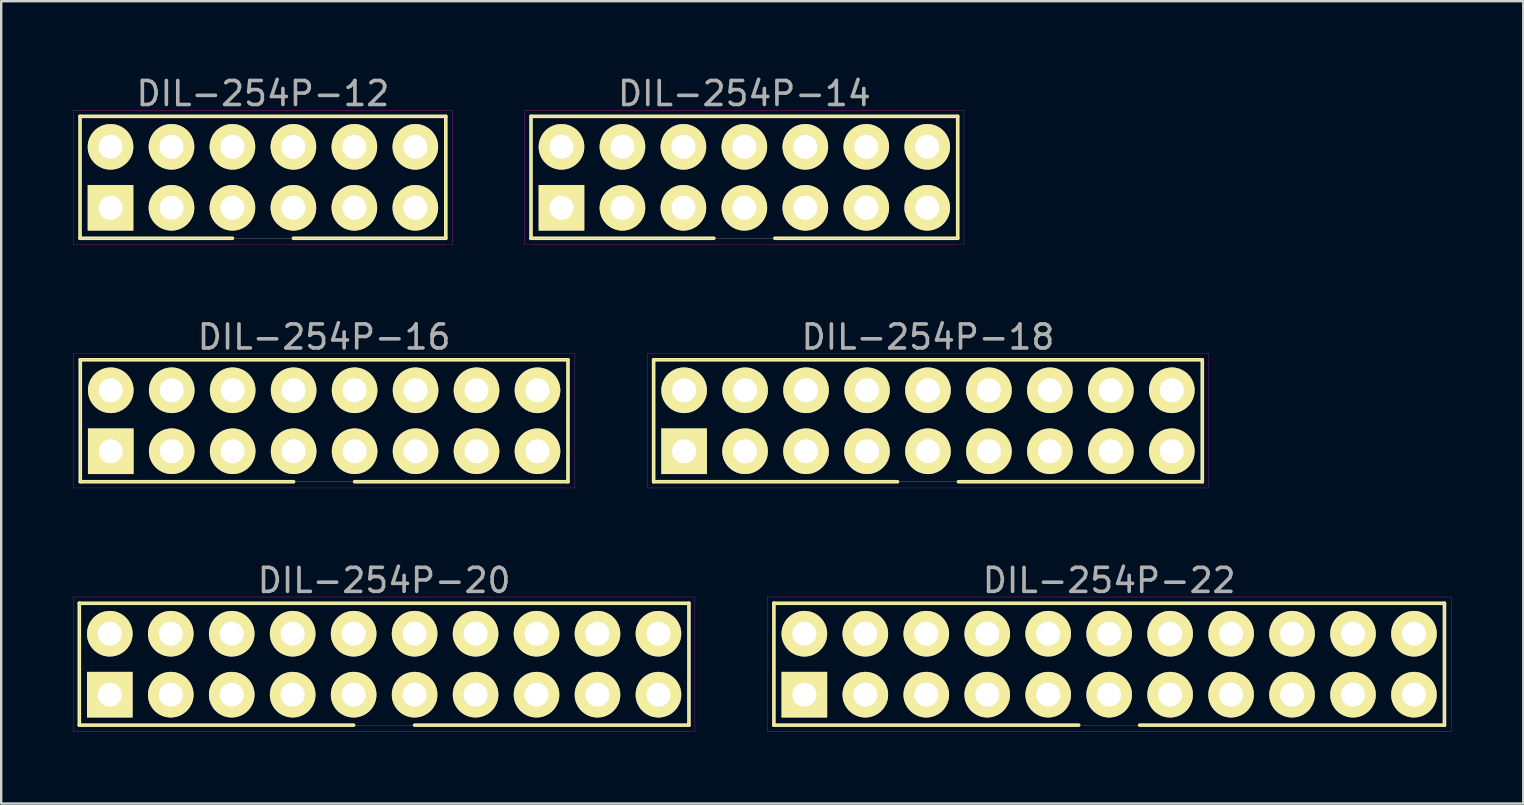
<source format=kicad_pcb>
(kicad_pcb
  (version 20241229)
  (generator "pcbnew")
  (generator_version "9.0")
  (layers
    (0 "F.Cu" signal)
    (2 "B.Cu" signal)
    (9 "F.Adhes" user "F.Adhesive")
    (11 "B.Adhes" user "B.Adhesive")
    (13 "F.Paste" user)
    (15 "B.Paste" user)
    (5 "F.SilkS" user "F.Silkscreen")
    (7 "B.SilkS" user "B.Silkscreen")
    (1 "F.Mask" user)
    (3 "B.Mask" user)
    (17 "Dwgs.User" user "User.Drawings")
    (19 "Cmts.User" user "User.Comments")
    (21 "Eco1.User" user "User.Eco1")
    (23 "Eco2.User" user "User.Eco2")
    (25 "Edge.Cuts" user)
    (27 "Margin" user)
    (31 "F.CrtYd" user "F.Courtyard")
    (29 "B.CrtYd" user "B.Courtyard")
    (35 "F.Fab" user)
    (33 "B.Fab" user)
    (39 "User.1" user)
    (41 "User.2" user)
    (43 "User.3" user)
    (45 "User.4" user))
  (footprint "DIL-254P-20"
    (layer "F.Cu")
    (at 12.955 24.625)
    (property "Reference" "DIL-254P-20" (at 0 -3.49 0) (layer "F.Fab") (effects (font (size 1 1) (thickness 0.15))))
    (attr through_hole)
    (fp_line (start -12.7 -2.54) (end 12.7 -2.54) (stroke (width 0.15) (type solid)) (layer "F.SilkS"))
    (fp_line (start -12.7 2.54) (end -12.7 -2.54) (stroke (width 0.15) (type solid)) (layer "F.SilkS"))
    (fp_line (start -1.27 2.54) (end -12.7 2.54) (stroke (width 0.15) (type solid)) (layer "F.SilkS"))
    (fp_line (start 12.7 -2.54) (end 12.7 2.54) (stroke (width 0.15) (type solid)) (layer "F.SilkS"))
    (fp_line (start 12.7 2.54) (end 1.27 2.54) (stroke (width 0.15) (type solid)) (layer "F.SilkS"))
    (fp_line (start -12.95 -2.8) (end 12.95 -2.8) (stroke (width 0.01) (type solid)) (layer "F.CrtYd"))
    (fp_line (start -12.95 2.8) (end -12.95 -2.8) (stroke (width 0.01) (type solid)) (layer "F.CrtYd"))
    (fp_line (start 12.95 -2.8) (end 12.95 2.8) (stroke (width 0.01) (type solid)) (layer "F.CrtYd"))
    (fp_line (start 12.95 2.8) (end -12.95 2.8) (stroke (width 0.01) (type solid)) (layer "F.CrtYd"))
    (fp_line (start -12.7 -2.54) (end 12.7 -2.54) (stroke (width 0.01) (type solid)) (layer "F.Fab"))
    (fp_line (start -12.7 2.54) (end -12.7 -2.54) (stroke (width 0.01) (type solid)) (layer "F.Fab"))
    (fp_line (start 12.7 -2.54) (end 12.7 2.54) (stroke (width 0.01) (type solid)) (layer "F.Fab"))
    (fp_line (start 12.7 2.54) (end -12.7 2.54) (stroke (width 0.01) (type solid)) (layer "F.Fab"))
    (pad "1" thru_hole rect (at -11.43 1.27) (size 1.9 1.9) (drill 1) (layers "*.Cu" "*.Mask" "F.SilkS"))
    (pad "2" thru_hole circle (at -11.43 -1.27) (size 1.9 1.9) (drill 1) (layers "*.Cu" "*.Mask" "F.SilkS"))
    (pad "3" thru_hole circle (at -8.89 1.27) (size 1.9 1.9) (drill 1) (layers "*.Cu" "*.Mask" "F.SilkS"))
    (pad "4" thru_hole circle (at -8.89 -1.27) (size 1.9 1.9) (drill 1) (layers "*.Cu" "*.Mask" "F.SilkS"))
    (pad "5" thru_hole circle (at -6.35 1.27) (size 1.9 1.9) (drill 1) (layers "*.Cu" "*.Mask" "F.SilkS"))
    (pad "6" thru_hole circle (at -6.35 -1.27) (size 1.9 1.9) (drill 1) (layers "*.Cu" "*.Mask" "F.SilkS"))
    (pad "7" thru_hole circle (at -3.81 1.27) (size 1.9 1.9) (drill 1) (layers "*.Cu" "*.Mask" "F.SilkS"))
    (pad "8" thru_hole circle (at -3.81 -1.27) (size 1.9 1.9) (drill 1) (layers "*.Cu" "*.Mask" "F.SilkS"))
    (pad "9" thru_hole circle (at -1.27 1.27) (size 1.9 1.9) (drill 1) (layers "*.Cu" "*.Mask" "F.SilkS"))
    (pad "10" thru_hole circle (at -1.27 -1.27) (size 1.9 1.9) (drill 1) (layers "*.Cu" "*.Mask" "F.SilkS"))
    (pad "11" thru_hole circle (at 1.27 1.27) (size 1.9 1.9) (drill 1) (layers "*.Cu" "*.Mask" "F.SilkS"))
    (pad "12" thru_hole circle (at 1.27 -1.27) (size 1.9 1.9) (drill 1) (layers "*.Cu" "*.Mask" "F.SilkS"))
    (pad "13" thru_hole circle (at 3.81 1.27) (size 1.9 1.9) (drill 1) (layers "*.Cu" "*.Mask" "F.SilkS"))
    (pad "14" thru_hole circle (at 3.81 -1.27) (size 1.9 1.9) (drill 1) (layers "*.Cu" "*.Mask" "F.SilkS"))
    (pad "15" thru_hole circle (at 6.35 1.27) (size 1.9 1.9) (drill 1) (layers "*.Cu" "*.Mask" "F.SilkS"))
    (pad "16" thru_hole circle (at 6.35 -1.27) (size 1.9 1.9) (drill 1) (layers "*.Cu" "*.Mask" "F.SilkS"))
    (pad "17" thru_hole circle (at 8.89 1.27) (size 1.9 1.9) (drill 1) (layers "*.Cu" "*.Mask" "F.SilkS"))
    (pad "18" thru_hole circle (at 8.89 -1.27) (size 1.9 1.9) (drill 1) (layers "*.Cu" "*.Mask" "F.SilkS"))
    (pad "19" thru_hole circle (at 11.43 1.27) (size 1.9 1.9) (drill 1) (layers "*.Cu" "*.Mask" "F.SilkS"))
    (pad "20" thru_hole circle (at 11.43 -1.27) (size 1.9 1.9) (drill 1) (layers "*.Cu" "*.Mask" "F.SilkS")))
  (footprint "DIL-254P-14"
    (layer "F.Cu")
    (at 27.965 4.338)
    (property "Reference" "DIL-254P-14" (at 0 -3.49 0) (layer "F.Fab") (effects (font (size 1 1) (thickness 0.15))))
    (attr through_hole)
    (fp_line (start -8.89 -2.54) (end 8.89 -2.54) (stroke (width 0.15) (type solid)) (layer "F.SilkS"))
    (fp_line (start -8.89 2.54) (end -8.89 -2.54) (stroke (width 0.15) (type solid)) (layer "F.SilkS"))
    (fp_line (start -1.27 2.54) (end -8.89 2.54) (stroke (width 0.15) (type solid)) (layer "F.SilkS"))
    (fp_line (start 8.89 -2.54) (end 8.89 2.54) (stroke (width 0.15) (type solid)) (layer "F.SilkS"))
    (fp_line (start 8.89 2.54) (end 1.27 2.54) (stroke (width 0.15) (type solid)) (layer "F.SilkS"))
    (fp_line (start -9.15 -2.8) (end 9.15 -2.8) (stroke (width 0.01) (type solid)) (layer "F.CrtYd"))
    (fp_line (start -9.15 2.8) (end -9.15 -2.8) (stroke (width 0.01) (type solid)) (layer "F.CrtYd"))
    (fp_line (start 9.15 -2.8) (end 9.15 2.8) (stroke (width 0.01) (type solid)) (layer "F.CrtYd"))
    (fp_line (start 9.15 2.8) (end -9.15 2.8) (stroke (width 0.01) (type solid)) (layer "F.CrtYd"))
    (fp_line (start -8.89 -2.54) (end 8.89 -2.54) (stroke (width 0.01) (type solid)) (layer "F.Fab"))
    (fp_line (start -8.89 2.54) (end -8.89 -2.54) (stroke (width 0.01) (type solid)) (layer "F.Fab"))
    (fp_line (start 8.89 -2.54) (end 8.89 2.54) (stroke (width 0.01) (type solid)) (layer "F.Fab"))
    (fp_line (start 8.89 2.54) (end -8.89 2.54) (stroke (width 0.01) (type solid)) (layer "F.Fab"))
    (pad "1" thru_hole rect (at -7.62 1.27) (size 1.9 1.9) (drill 1) (layers "*.Cu" "*.Mask" "F.SilkS"))
    (pad "2" thru_hole circle (at -7.62 -1.27) (size 1.9 1.9) (drill 1) (layers "*.Cu" "*.Mask" "F.SilkS"))
    (pad "3" thru_hole circle (at -5.08 1.27) (size 1.9 1.9) (drill 1) (layers "*.Cu" "*.Mask" "F.SilkS"))
    (pad "4" thru_hole circle (at -5.08 -1.27) (size 1.9 1.9) (drill 1) (layers "*.Cu" "*.Mask" "F.SilkS"))
    (pad "5" thru_hole circle (at -2.54 1.27) (size 1.9 1.9) (drill 1) (layers "*.Cu" "*.Mask" "F.SilkS"))
    (pad "6" thru_hole circle (at -2.54 -1.27) (size 1.9 1.9) (drill 1) (layers "*.Cu" "*.Mask" "F.SilkS"))
    (pad "7" thru_hole circle (at 0 1.27) (size 1.9 1.9) (drill 1) (layers "*.Cu" "*.Mask" "F.SilkS"))
    (pad "8" thru_hole circle (at 0 -1.27) (size 1.9 1.9) (drill 1) (layers "*.Cu" "*.Mask" "F.SilkS"))
    (pad "9" thru_hole circle (at 2.54 1.27) (size 1.9 1.9) (drill 1) (layers "*.Cu" "*.Mask" "F.SilkS"))
    (pad "10" thru_hole circle (at 2.54 -1.27) (size 1.9 1.9) (drill 1) (layers "*.Cu" "*.Mask" "F.SilkS"))
    (pad "11" thru_hole circle (at 5.08 1.27) (size 1.9 1.9) (drill 1) (layers "*.Cu" "*.Mask" "F.SilkS"))
    (pad "12" thru_hole circle (at 5.08 -1.27) (size 1.9 1.9) (drill 1) (layers "*.Cu" "*.Mask" "F.SilkS"))
    (pad "13" thru_hole circle (at 7.62 1.27) (size 1.9 1.9) (drill 1) (layers "*.Cu" "*.Mask" "F.SilkS"))
    (pad "14" thru_hole circle (at 7.62 -1.27) (size 1.9 1.9) (drill 1) (layers "*.Cu" "*.Mask" "F.SilkS")))
  (footprint "DIL-254P-16"
    (layer "F.Cu")
    (at 10.455 14.482)
    (property "Reference" "DIL-254P-16" (at 0 -3.49 0) (layer "F.Fab") (effects (font (size 1 1) (thickness 0.15))))
    (attr through_hole)
    (fp_line (start -10.16 -2.54) (end 10.16 -2.54) (stroke (width 0.15) (type solid)) (layer "F.SilkS"))
    (fp_line (start -10.16 2.54) (end -10.16 -2.54) (stroke (width 0.15) (type solid)) (layer "F.SilkS"))
    (fp_line (start -1.27 2.54) (end -10.16 2.54) (stroke (width 0.15) (type solid)) (layer "F.SilkS"))
    (fp_line (start 10.16 -2.54) (end 10.16 2.54) (stroke (width 0.15) (type solid)) (layer "F.SilkS"))
    (fp_line (start 10.16 2.54) (end 1.27 2.54) (stroke (width 0.15) (type solid)) (layer "F.SilkS"))
    (fp_line (start -10.45 -2.8) (end 10.45 -2.8) (stroke (width 0.01) (type solid)) (layer "F.CrtYd"))
    (fp_line (start -10.45 2.8) (end -10.45 -2.8) (stroke (width 0.01) (type solid)) (layer "F.CrtYd"))
    (fp_line (start 10.45 -2.8) (end 10.45 2.8) (stroke (width 0.01) (type solid)) (layer "F.CrtYd"))
    (fp_line (start 10.45 2.8) (end -10.45 2.8) (stroke (width 0.01) (type solid)) (layer "F.CrtYd"))
    (fp_line (start -10.16 -2.54) (end 10.16 -2.54) (stroke (width 0.01) (type solid)) (layer "F.Fab"))
    (fp_line (start -10.16 2.54) (end -10.16 -2.54) (stroke (width 0.01) (type solid)) (layer "F.Fab"))
    (fp_line (start 10.16 -2.54) (end 10.16 2.54) (stroke (width 0.01) (type solid)) (layer "F.Fab"))
    (fp_line (start 10.16 2.54) (end -10.16 2.54) (stroke (width 0.01) (type solid)) (layer "F.Fab"))
    (pad "1" thru_hole rect (at -8.89 1.27) (size 1.9 1.9) (drill 1) (layers "*.Cu" "*.Mask" "F.SilkS"))
    (pad "2" thru_hole circle (at -8.89 -1.27) (size 1.9 1.9) (drill 1) (layers "*.Cu" "*.Mask" "F.SilkS"))
    (pad "3" thru_hole circle (at -6.35 1.27) (size 1.9 1.9) (drill 1) (layers "*.Cu" "*.Mask" "F.SilkS"))
    (pad "4" thru_hole circle (at -6.35 -1.27) (size 1.9 1.9) (drill 1) (layers "*.Cu" "*.Mask" "F.SilkS"))
    (pad "5" thru_hole circle (at -3.81 1.27) (size 1.9 1.9) (drill 1) (layers "*.Cu" "*.Mask" "F.SilkS"))
    (pad "6" thru_hole circle (at -3.81 -1.27) (size 1.9 1.9) (drill 1) (layers "*.Cu" "*.Mask" "F.SilkS"))
    (pad "7" thru_hole circle (at -1.27 1.27) (size 1.9 1.9) (drill 1) (layers "*.Cu" "*.Mask" "F.SilkS"))
    (pad "8" thru_hole circle (at -1.27 -1.27) (size 1.9 1.9) (drill 1) (layers "*.Cu" "*.Mask" "F.SilkS"))
    (pad "9" thru_hole circle (at 1.27 1.27) (size 1.9 1.9) (drill 1) (layers "*.Cu" "*.Mask" "F.SilkS"))
    (pad "10" thru_hole circle (at 1.27 -1.27) (size 1.9 1.9) (drill 1) (layers "*.Cu" "*.Mask" "F.SilkS"))
    (pad "11" thru_hole circle (at 3.81 1.27) (size 1.9 1.9) (drill 1) (layers "*.Cu" "*.Mask" "F.SilkS"))
    (pad "12" thru_hole circle (at 3.81 -1.27) (size 1.9 1.9) (drill 1) (layers "*.Cu" "*.Mask" "F.SilkS"))
    (pad "13" thru_hole circle (at 6.35 1.27) (size 1.9 1.9) (drill 1) (layers "*.Cu" "*.Mask" "F.SilkS"))
    (pad "14" thru_hole circle (at 6.35 -1.27) (size 1.9 1.9) (drill 1) (layers "*.Cu" "*.Mask" "F.SilkS"))
    (pad "15" thru_hole circle (at 8.89 1.27) (size 1.9 1.9) (drill 1) (layers "*.Cu" "*.Mask" "F.SilkS"))
    (pad "16" thru_hole circle (at 8.89 -1.27) (size 1.9 1.9) (drill 1) (layers "*.Cu" "*.Mask" "F.SilkS")))
  (footprint "DIL-254P-22"
    (layer "F.Cu")
    (at 43.165 24.625)
    (property "Reference" "DIL-254P-22" (at 0 -3.49 0) (layer "F.Fab") (effects (font (size 1 1) (thickness 0.15))))
    (attr through_hole)
    (fp_line (start -13.97 -2.54) (end 13.97 -2.54) (stroke (width 0.15) (type solid)) (layer "F.SilkS"))
    (fp_line (start -13.97 2.54) (end -13.97 -2.54) (stroke (width 0.15) (type solid)) (layer "F.SilkS"))
    (fp_line (start -1.27 2.54) (end -13.97 2.54) (stroke (width 0.15) (type solid)) (layer "F.SilkS"))
    (fp_line (start 13.97 -2.54) (end 13.97 2.54) (stroke (width 0.15) (type solid)) (layer "F.SilkS"))
    (fp_line (start 13.97 2.54) (end 1.27 2.54) (stroke (width 0.15) (type solid)) (layer "F.SilkS"))
    (fp_line (start -14.25 -2.8) (end 14.25 -2.8) (stroke (width 0.01) (type solid)) (layer "F.CrtYd"))
    (fp_line (start -14.25 2.8) (end -14.25 -2.8) (stroke (width 0.01) (type solid)) (layer "F.CrtYd"))
    (fp_line (start 14.25 -2.8) (end 14.25 2.8) (stroke (width 0.01) (type solid)) (layer "F.CrtYd"))
    (fp_line (start 14.25 2.8) (end -14.25 2.8) (stroke (width 0.01) (type solid)) (layer "F.CrtYd"))
    (fp_line (start -13.97 -2.54) (end 13.97 -2.54) (stroke (width 0.01) (type solid)) (layer "F.Fab"))
    (fp_line (start -13.97 2.54) (end -13.97 -2.54) (stroke (width 0.01) (type solid)) (layer "F.Fab"))
    (fp_line (start 13.97 -2.54) (end 13.97 2.54) (stroke (width 0.01) (type solid)) (layer "F.Fab"))
    (fp_line (start 13.97 2.54) (end -13.97 2.54) (stroke (width 0.01) (type solid)) (layer "F.Fab"))
    (pad "1" thru_hole rect (at -12.7 1.27) (size 1.9 1.9) (drill 1) (layers "*.Cu" "*.Mask" "F.SilkS"))
    (pad "2" thru_hole circle (at -12.7 -1.27) (size 1.9 1.9) (drill 1) (layers "*.Cu" "*.Mask" "F.SilkS"))
    (pad "3" thru_hole circle (at -10.16 1.27) (size 1.9 1.9) (drill 1) (layers "*.Cu" "*.Mask" "F.SilkS"))
    (pad "4" thru_hole circle (at -10.16 -1.27) (size 1.9 1.9) (drill 1) (layers "*.Cu" "*.Mask" "F.SilkS"))
    (pad "5" thru_hole circle (at -7.62 1.27) (size 1.9 1.9) (drill 1) (layers "*.Cu" "*.Mask" "F.SilkS"))
    (pad "6" thru_hole circle (at -7.62 -1.27) (size 1.9 1.9) (drill 1) (layers "*.Cu" "*.Mask" "F.SilkS"))
    (pad "7" thru_hole circle (at -5.08 1.27) (size 1.9 1.9) (drill 1) (layers "*.Cu" "*.Mask" "F.SilkS"))
    (pad "8" thru_hole circle (at -5.08 -1.27) (size 1.9 1.9) (drill 1) (layers "*.Cu" "*.Mask" "F.SilkS"))
    (pad "9" thru_hole circle (at -2.54 1.27) (size 1.9 1.9) (drill 1) (layers "*.Cu" "*.Mask" "F.SilkS"))
    (pad "10" thru_hole circle (at -2.54 -1.27) (size 1.9 1.9) (drill 1) (layers "*.Cu" "*.Mask" "F.SilkS"))
    (pad "11" thru_hole circle (at 0 1.27) (size 1.9 1.9) (drill 1) (layers "*.Cu" "*.Mask" "F.SilkS"))
    (pad "12" thru_hole circle (at 0 -1.27) (size 1.9 1.9) (drill 1) (layers "*.Cu" "*.Mask" "F.SilkS"))
    (pad "13" thru_hole circle (at 2.54 1.27) (size 1.9 1.9) (drill 1) (layers "*.Cu" "*.Mask" "F.SilkS"))
    (pad "14" thru_hole circle (at 2.54 -1.27) (size 1.9 1.9) (drill 1) (layers "*.Cu" "*.Mask" "F.SilkS"))
    (pad "15" thru_hole circle (at 5.08 1.27) (size 1.9 1.9) (drill 1) (layers "*.Cu" "*.Mask" "F.SilkS"))
    (pad "16" thru_hole circle (at 5.08 -1.27) (size 1.9 1.9) (drill 1) (layers "*.Cu" "*.Mask" "F.SilkS"))
    (pad "17" thru_hole circle (at 7.62 1.27) (size 1.9 1.9) (drill 1) (layers "*.Cu" "*.Mask" "F.SilkS"))
    (pad "18" thru_hole circle (at 7.62 -1.27) (size 1.9 1.9) (drill 1) (layers "*.Cu" "*.Mask" "F.SilkS"))
    (pad "19" thru_hole circle (at 10.16 1.27) (size 1.9 1.9) (drill 1) (layers "*.Cu" "*.Mask" "F.SilkS"))
    (pad "20" thru_hole circle (at 10.16 -1.27) (size 1.9 1.9) (drill 1) (layers "*.Cu" "*.Mask" "F.SilkS"))
    (pad "21" thru_hole circle (at 12.7 1.27) (size 1.9 1.9) (drill 1) (layers "*.Cu" "*.Mask" "F.SilkS"))
    (pad "22" thru_hole circle (at 12.7 -1.27) (size 1.9 1.9) (drill 1) (layers "*.Cu" "*.Mask" "F.SilkS")))
  (footprint "DIL-254P-18"
    (layer "F.Cu")
    (at 35.615 14.482)
    (property "Reference" "DIL-254P-18" (at 0 -3.49 0) (layer "F.Fab") (effects (font (size 1 1) (thickness 0.15))))
    (attr through_hole)
    (fp_line (start -11.43 -2.54) (end 11.43 -2.54) (stroke (width 0.15) (type solid)) (layer "F.SilkS"))
    (fp_line (start -11.43 2.54) (end -11.43 -2.54) (stroke (width 0.15) (type solid)) (layer "F.SilkS"))
    (fp_line (start -1.27 2.54) (end -11.43 2.54) (stroke (width 0.15) (type solid)) (layer "F.SilkS"))
    (fp_line (start 11.43 -2.54) (end 11.43 2.54) (stroke (width 0.15) (type solid)) (layer "F.SilkS"))
    (fp_line (start 11.43 2.54) (end 1.27 2.54) (stroke (width 0.15) (type solid)) (layer "F.SilkS"))
    (fp_line (start -11.7 -2.8) (end 11.7 -2.8) (stroke (width 0.01) (type solid)) (layer "F.CrtYd"))
    (fp_line (start -11.7 2.8) (end -11.7 -2.8) (stroke (width 0.01) (type solid)) (layer "F.CrtYd"))
    (fp_line (start 11.7 -2.8) (end 11.7 2.8) (stroke (width 0.01) (type solid)) (layer "F.CrtYd"))
    (fp_line (start 11.7 2.8) (end -11.7 2.8) (stroke (width 0.01) (type solid)) (layer "F.CrtYd"))
    (fp_line (start -11.43 -2.54) (end 11.43 -2.54) (stroke (width 0.01) (type solid)) (layer "F.Fab"))
    (fp_line (start -11.43 2.54) (end -11.43 -2.54) (stroke (width 0.01) (type solid)) (layer "F.Fab"))
    (fp_line (start 11.43 -2.54) (end 11.43 2.54) (stroke (width 0.01) (type solid)) (layer "F.Fab"))
    (fp_line (start 11.43 2.54) (end -11.43 2.54) (stroke (width 0.01) (type solid)) (layer "F.Fab"))
    (pad "1" thru_hole rect (at -10.16 1.27) (size 1.9 1.9) (drill 1) (layers "*.Cu" "*.Mask" "F.SilkS"))
    (pad "2" thru_hole circle (at -10.16 -1.27) (size 1.9 1.9) (drill 1) (layers "*.Cu" "*.Mask" "F.SilkS"))
    (pad "3" thru_hole circle (at -7.62 1.27) (size 1.9 1.9) (drill 1) (layers "*.Cu" "*.Mask" "F.SilkS"))
    (pad "4" thru_hole circle (at -7.62 -1.27) (size 1.9 1.9) (drill 1) (layers "*.Cu" "*.Mask" "F.SilkS"))
    (pad "5" thru_hole circle (at -5.08 1.27) (size 1.9 1.9) (drill 1) (layers "*.Cu" "*.Mask" "F.SilkS"))
    (pad "6" thru_hole circle (at -5.08 -1.27) (size 1.9 1.9) (drill 1) (layers "*.Cu" "*.Mask" "F.SilkS"))
    (pad "7" thru_hole circle (at -2.54 1.27) (size 1.9 1.9) (drill 1) (layers "*.Cu" "*.Mask" "F.SilkS"))
    (pad "8" thru_hole circle (at -2.54 -1.27) (size 1.9 1.9) (drill 1) (layers "*.Cu" "*.Mask" "F.SilkS"))
    (pad "9" thru_hole circle (at 0 1.27) (size 1.9 1.9) (drill 1) (layers "*.Cu" "*.Mask" "F.SilkS"))
    (pad "10" thru_hole circle (at 0 -1.27) (size 1.9 1.9) (drill 1) (layers "*.Cu" "*.Mask" "F.SilkS"))
    (pad "11" thru_hole circle (at 2.54 1.27) (size 1.9 1.9) (drill 1) (layers "*.Cu" "*.Mask" "F.SilkS"))
    (pad "12" thru_hole circle (at 2.54 -1.27) (size 1.9 1.9) (drill 1) (layers "*.Cu" "*.Mask" "F.SilkS"))
    (pad "13" thru_hole circle (at 5.08 1.27) (size 1.9 1.9) (drill 1) (layers "*.Cu" "*.Mask" "F.SilkS"))
    (pad "14" thru_hole circle (at 5.08 -1.27) (size 1.9 1.9) (drill 1) (layers "*.Cu" "*.Mask" "F.SilkS"))
    (pad "15" thru_hole circle (at 7.62 1.27) (size 1.9 1.9) (drill 1) (layers "*.Cu" "*.Mask" "F.SilkS"))
    (pad "16" thru_hole circle (at 7.62 -1.27) (size 1.9 1.9) (drill 1) (layers "*.Cu" "*.Mask" "F.SilkS"))
    (pad "17" thru_hole circle (at 10.16 1.27) (size 1.9 1.9) (drill 1) (layers "*.Cu" "*.Mask" "F.SilkS"))
    (pad "18" thru_hole circle (at 10.16 -1.27) (size 1.9 1.9) (drill 1) (layers "*.Cu" "*.Mask" "F.SilkS")))
  (footprint "DIL-254P-12"
    (layer "F.Cu")
    (at 7.905 4.338)
    (property "Reference" "DIL-254P-12" (at 0 -3.49 0) (layer "F.Fab") (effects (font (size 1 1) (thickness 0.15))))
    (attr through_hole)
    (fp_line (start -7.62 -2.54) (end 7.62 -2.54) (stroke (width 0.15) (type solid)) (layer "F.SilkS"))
    (fp_line (start -7.62 2.54) (end -7.62 -2.54) (stroke (width 0.15) (type solid)) (layer "F.SilkS"))
    (fp_line (start -1.27 2.54) (end -7.62 2.54) (stroke (width 0.15) (type solid)) (layer "F.SilkS"))
    (fp_line (start 7.62 -2.54) (end 7.62 2.54) (stroke (width 0.15) (type solid)) (layer "F.SilkS"))
    (fp_line (start 7.62 2.54) (end 1.27 2.54) (stroke (width 0.15) (type solid)) (layer "F.SilkS"))
    (fp_line (start -7.9 -2.8) (end 7.9 -2.8) (stroke (width 0.01) (type solid)) (layer "F.CrtYd"))
    (fp_line (start -7.9 2.8) (end -7.9 -2.8) (stroke (width 0.01) (type solid)) (layer "F.CrtYd"))
    (fp_line (start 7.9 -2.8) (end 7.9 2.8) (stroke (width 0.01) (type solid)) (layer "F.CrtYd"))
    (fp_line (start 7.9 2.8) (end -7.9 2.8) (stroke (width 0.01) (type solid)) (layer "F.CrtYd"))
    (fp_line (start -7.62 -2.54) (end 7.62 -2.54) (stroke (width 0.01) (type solid)) (layer "F.Fab"))
    (fp_line (start -7.62 2.54) (end -7.62 -2.54) (stroke (width 0.01) (type solid)) (layer "F.Fab"))
    (fp_line (start 7.62 -2.54) (end 7.62 2.54) (stroke (width 0.01) (type solid)) (layer "F.Fab"))
    (fp_line (start 7.62 2.54) (end -7.62 2.54) (stroke (width 0.01) (type solid)) (layer "F.Fab"))
    (pad "1" thru_hole rect (at -6.35 1.27) (size 1.9 1.9) (drill 1) (layers "*.Cu" "*.Mask" "F.SilkS"))
    (pad "2" thru_hole circle (at -6.35 -1.27) (size 1.9 1.9) (drill 1) (layers "*.Cu" "*.Mask" "F.SilkS"))
    (pad "3" thru_hole circle (at -3.81 1.27) (size 1.9 1.9) (drill 1) (layers "*.Cu" "*.Mask" "F.SilkS"))
    (pad "4" thru_hole circle (at -3.81 -1.27) (size 1.9 1.9) (drill 1) (layers "*.Cu" "*.Mask" "F.SilkS"))
    (pad "5" thru_hole circle (at -1.27 1.27) (size 1.9 1.9) (drill 1) (layers "*.Cu" "*.Mask" "F.SilkS"))
    (pad "6" thru_hole circle (at -1.27 -1.27) (size 1.9 1.9) (drill 1) (layers "*.Cu" "*.Mask" "F.SilkS"))
    (pad "7" thru_hole circle (at 1.27 1.27) (size 1.9 1.9) (drill 1) (layers "*.Cu" "*.Mask" "F.SilkS"))
    (pad "8" thru_hole circle (at 1.27 -1.27) (size 1.9 1.9) (drill 1) (layers "*.Cu" "*.Mask" "F.SilkS"))
    (pad "9" thru_hole circle (at 3.81 1.27) (size 1.9 1.9) (drill 1) (layers "*.Cu" "*.Mask" "F.SilkS"))
    (pad "10" thru_hole circle (at 3.81 -1.27) (size 1.9 1.9) (drill 1) (layers "*.Cu" "*.Mask" "F.SilkS"))
    (pad "11" thru_hole circle (at 6.35 1.27) (size 1.9 1.9) (drill 1) (layers "*.Cu" "*.Mask" "F.SilkS"))
    (pad "12" thru_hole circle (at 6.35 -1.27) (size 1.9 1.9) (drill 1) (layers "*.Cu" "*.Mask" "F.SilkS")))
  (gr_rect
    (start -3 -3)
    (end 60.42 30.43)
    (stroke (width 0.1) (type default))
    (fill no)
    (layer "Edge.Cuts")))
</source>
